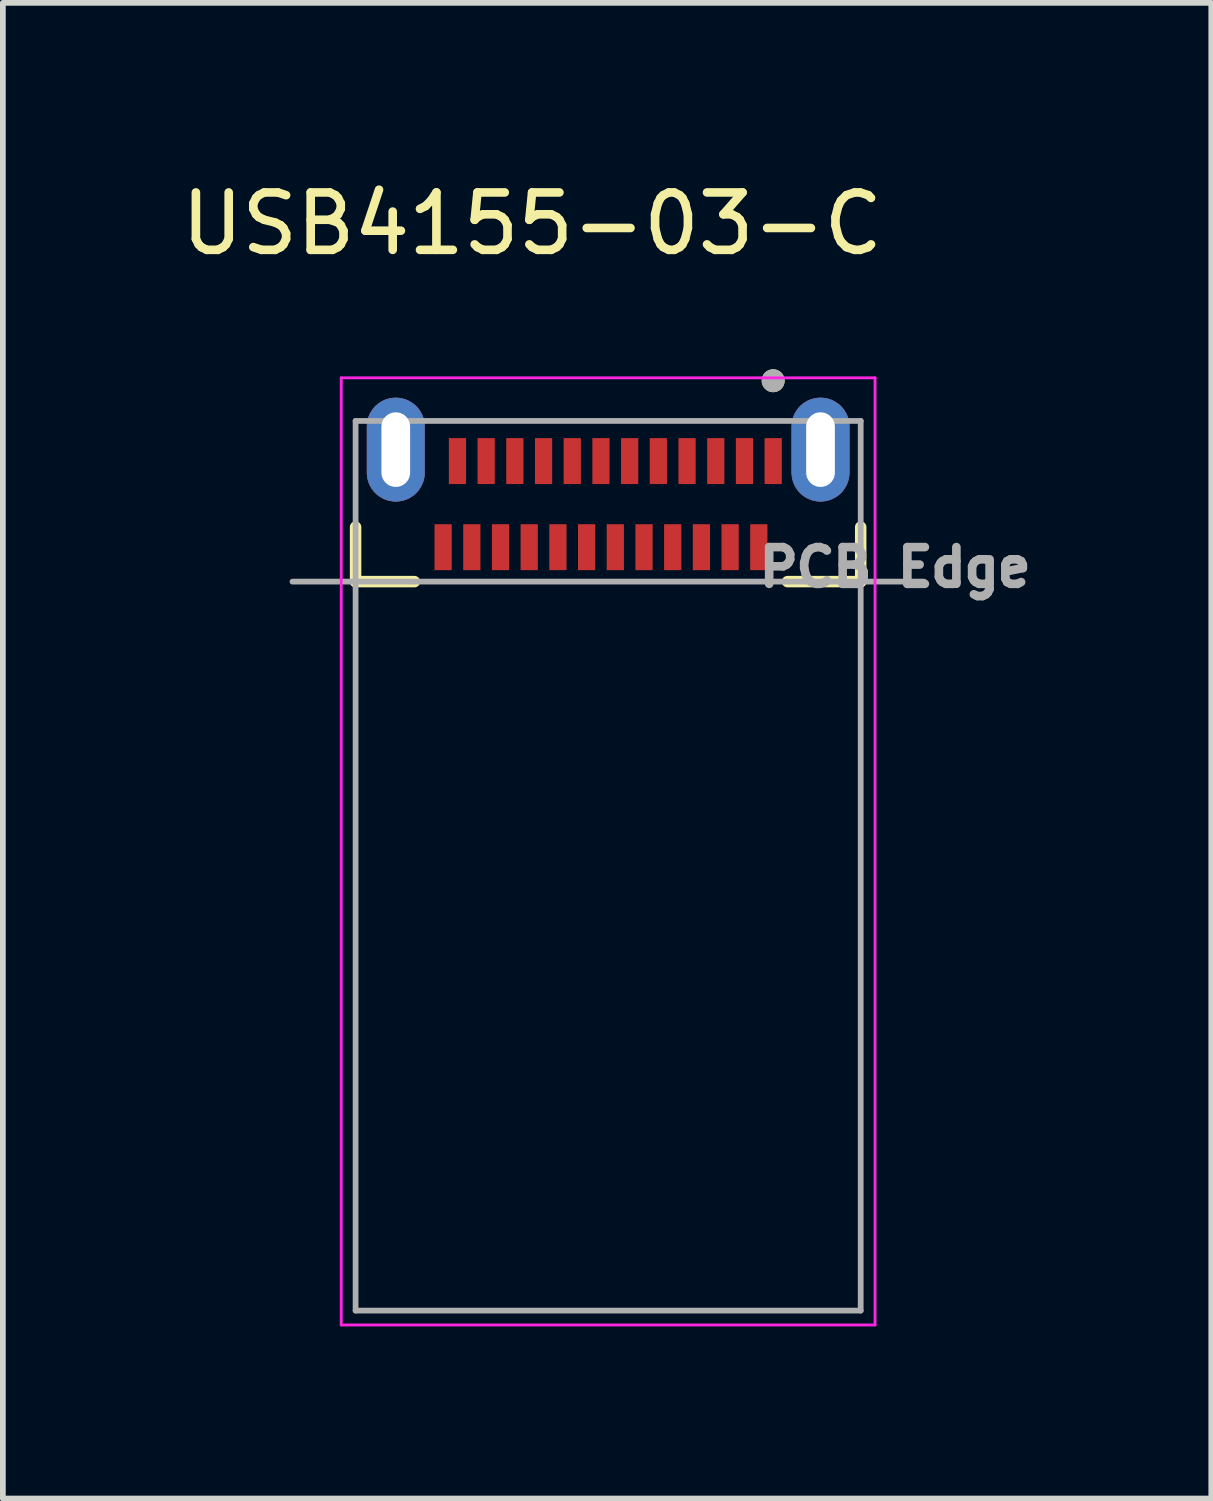
<source format=kicad_pcb>
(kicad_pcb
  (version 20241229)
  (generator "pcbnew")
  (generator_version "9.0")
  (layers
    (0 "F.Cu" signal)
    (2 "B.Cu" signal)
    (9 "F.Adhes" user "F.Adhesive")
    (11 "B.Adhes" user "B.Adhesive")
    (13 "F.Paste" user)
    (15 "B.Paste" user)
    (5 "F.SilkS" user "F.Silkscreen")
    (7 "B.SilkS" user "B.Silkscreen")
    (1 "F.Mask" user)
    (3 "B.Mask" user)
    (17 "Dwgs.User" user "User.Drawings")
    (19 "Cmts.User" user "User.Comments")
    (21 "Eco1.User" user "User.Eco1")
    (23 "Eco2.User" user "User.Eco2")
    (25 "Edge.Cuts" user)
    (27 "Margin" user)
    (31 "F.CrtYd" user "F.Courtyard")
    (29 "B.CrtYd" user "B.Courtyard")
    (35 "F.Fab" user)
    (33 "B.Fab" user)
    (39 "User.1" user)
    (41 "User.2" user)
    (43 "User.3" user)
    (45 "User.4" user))
  (footprint "USB4155-03-C"
    (layer "F.Cu")
    (at 7.545 5.733)
    (property "Reference" "USB4155-03-C" (at -1.325 -4.885 0) (layer "F.SilkS") (effects (font (size 1 1) (thickness 0.15))))
    (attr smd)
    (fp_poly (pts (xy -3.7 -1.85) (xy -3.726 -1.849) (xy -3.752 -1.847) (xy -3.778 -1.844) (xy -3.804 -1.839) (xy -3.829 -1.833) (xy -3.855 -1.826) (xy -3.879 -1.817) (xy -3.903 -1.807) (xy -3.927 -1.796) (xy -3.95 -1.783) (xy -3.972 -1.769) (xy -3.994 -1.755) (xy -4.015 -1.739) (xy -4.035 -1.722) (xy -4.054 -1.704) (xy -4.072 -1.685) (xy -4.089 -1.665) (xy -4.105 -1.644) (xy -4.119 -1.622) (xy -4.133 -1.6) (xy -4.146 -1.577) (xy -4.157 -1.553) (xy -4.167 -1.529) (xy -4.176 -1.505) (xy -4.183 -1.479) (xy -4.189 -1.454) (xy -4.194 -1.428) (xy -4.197 -1.402) (xy -4.199 -1.376) (xy -4.2 -1.35) (xy -4.2 -0.55) (xy -4.199 -0.524) (xy -4.197 -0.498) (xy -4.194 -0.472) (xy -4.189 -0.446) (xy -4.183 -0.421) (xy -4.176 -0.395) (xy -4.167 -0.371) (xy -4.157 -0.347) (xy -4.146 -0.323) (xy -4.133 -0.3) (xy -4.119 -0.278) (xy -4.105 -0.256) (xy -4.089 -0.235) (xy -4.072 -0.215) (xy -4.054 -0.196) (xy -4.035 -0.178) (xy -4.015 -0.161) (xy -3.994 -0.145) (xy -3.972 -0.131) (xy -3.95 -0.117) (xy -3.927 -0.104) (xy -3.903 -0.093) (xy -3.879 -0.083) (xy -3.855 -0.074) (xy -3.829 -0.067) (xy -3.804 -0.061) (xy -3.778 -0.056) (xy -3.752 -0.053) (xy -3.726 -0.051) (xy -3.7 -0.05) (xy -3.674 -0.051) (xy -3.648 -0.053) (xy -3.622 -0.056) (xy -3.596 -0.061) (xy -3.571 -0.067) (xy -3.545 -0.074) (xy -3.521 -0.083) (xy -3.497 -0.093) (xy -3.473 -0.104) (xy -3.45 -0.117) (xy -3.428 -0.131) (xy -3.406 -0.145) (xy -3.385 -0.161) (xy -3.365 -0.178) (xy -3.346 -0.196) (xy -3.328 -0.215) (xy -3.311 -0.235) (xy -3.295 -0.256) (xy -3.281 -0.278) (xy -3.267 -0.3) (xy -3.254 -0.323) (xy -3.243 -0.347) (xy -3.233 -0.371) (xy -3.224 -0.395) (xy -3.217 -0.421) (xy -3.211 -0.446) (xy -3.206 -0.472) (xy -3.203 -0.498) (xy -3.201 -0.524) (xy -3.2 -0.55) (xy -3.2 -1.35) (xy -3.201 -1.376) (xy -3.203 -1.402) (xy -3.206 -1.428) (xy -3.211 -1.454) (xy -3.217 -1.479) (xy -3.224 -1.505) (xy -3.233 -1.529) (xy -3.243 -1.553) (xy -3.254 -1.577) (xy -3.267 -1.6) (xy -3.281 -1.622) (xy -3.295 -1.644) (xy -3.311 -1.665) (xy -3.328 -1.685) (xy -3.346 -1.704) (xy -3.365 -1.722) (xy -3.385 -1.739) (xy -3.406 -1.755) (xy -3.428 -1.769) (xy -3.45 -1.783) (xy -3.473 -1.796) (xy -3.497 -1.807) (xy -3.521 -1.817) (xy -3.545 -1.826) (xy -3.571 -1.833) (xy -3.596 -1.839) (xy -3.622 -1.844) (xy -3.648 -1.847) (xy -3.674 -1.849) (xy -3.7 -1.85)) (stroke (width 0.01) (type solid)) (fill yes) (layer "F.Cu"))
    (fp_poly (pts (xy 3.7 -1.85) (xy 3.674 -1.849) (xy 3.648 -1.847) (xy 3.622 -1.844) (xy 3.596 -1.839) (xy 3.571 -1.833) (xy 3.545 -1.826) (xy 3.521 -1.817) (xy 3.497 -1.807) (xy 3.473 -1.796) (xy 3.45 -1.783) (xy 3.428 -1.769) (xy 3.406 -1.755) (xy 3.385 -1.739) (xy 3.365 -1.722) (xy 3.346 -1.704) (xy 3.328 -1.685) (xy 3.311 -1.665) (xy 3.295 -1.644) (xy 3.281 -1.622) (xy 3.267 -1.6) (xy 3.254 -1.577) (xy 3.243 -1.553) (xy 3.233 -1.529) (xy 3.224 -1.505) (xy 3.217 -1.479) (xy 3.211 -1.454) (xy 3.206 -1.428) (xy 3.203 -1.402) (xy 3.201 -1.376) (xy 3.2 -1.35) (xy 3.2 -0.55) (xy 3.201 -0.524) (xy 3.203 -0.498) (xy 3.206 -0.472) (xy 3.211 -0.446) (xy 3.217 -0.421) (xy 3.224 -0.395) (xy 3.233 -0.371) (xy 3.243 -0.347) (xy 3.254 -0.323) (xy 3.267 -0.3) (xy 3.281 -0.278) (xy 3.295 -0.256) (xy 3.311 -0.235) (xy 3.328 -0.215) (xy 3.346 -0.196) (xy 3.365 -0.178) (xy 3.385 -0.161) (xy 3.406 -0.145) (xy 3.428 -0.131) (xy 3.45 -0.117) (xy 3.473 -0.104) (xy 3.497 -0.093) (xy 3.521 -0.083) (xy 3.545 -0.074) (xy 3.571 -0.067) (xy 3.596 -0.061) (xy 3.622 -0.056) (xy 3.648 -0.053) (xy 3.674 -0.051) (xy 3.7 -0.05) (xy 3.726 -0.051) (xy 3.752 -0.053) (xy 3.778 -0.056) (xy 3.804 -0.061) (xy 3.829 -0.067) (xy 3.855 -0.074) (xy 3.879 -0.083) (xy 3.903 -0.093) (xy 3.927 -0.104) (xy 3.95 -0.117) (xy 3.972 -0.131) (xy 3.994 -0.145) (xy 4.015 -0.161) (xy 4.035 -0.178) (xy 4.054 -0.196) (xy 4.072 -0.215) (xy 4.089 -0.235) (xy 4.105 -0.256) (xy 4.119 -0.278) (xy 4.133 -0.3) (xy 4.146 -0.323) (xy 4.157 -0.347) (xy 4.167 -0.371) (xy 4.176 -0.395) (xy 4.183 -0.421) (xy 4.189 -0.446) (xy 4.194 -0.472) (xy 4.197 -0.498) (xy 4.199 -0.524) (xy 4.2 -0.55) (xy 4.2 -1.35) (xy 4.199 -1.376) (xy 4.197 -1.402) (xy 4.194 -1.428) (xy 4.189 -1.454) (xy 4.183 -1.479) (xy 4.176 -1.505) (xy 4.167 -1.529) (xy 4.157 -1.553) (xy 4.146 -1.577) (xy 4.133 -1.6) (xy 4.119 -1.622) (xy 4.105 -1.644) (xy 4.089 -1.665) (xy 4.072 -1.685) (xy 4.054 -1.704) (xy 4.035 -1.722) (xy 4.015 -1.739) (xy 3.994 -1.755) (xy 3.972 -1.769) (xy 3.95 -1.783) (xy 3.927 -1.796) (xy 3.903 -1.807) (xy 3.879 -1.817) (xy 3.855 -1.826) (xy 3.829 -1.833) (xy 3.804 -1.839) (xy 3.778 -1.844) (xy 3.752 -1.847) (xy 3.726 -1.849) (xy 3.7 -1.85)) (stroke (width 0.01) (type solid)) (fill yes) (layer "F.Cu"))
    (fp_poly (pts (xy -3.7 -1.95) (xy -3.731 -1.949) (xy -3.763 -1.947) (xy -3.794 -1.943) (xy -3.825 -1.937) (xy -3.855 -1.93) (xy -3.885 -1.921) (xy -3.915 -1.91) (xy -3.944 -1.898) (xy -3.972 -1.885) (xy -4 -1.87) (xy -4.027 -1.853) (xy -4.053 -1.835) (xy -4.078 -1.816) (xy -4.101 -1.796) (xy -4.124 -1.774) (xy -4.146 -1.751) (xy -4.166 -1.728) (xy -4.185 -1.703) (xy -4.203 -1.677) (xy -4.22 -1.65) (xy -4.235 -1.622) (xy -4.248 -1.594) (xy -4.26 -1.565) (xy -4.271 -1.535) (xy -4.28 -1.505) (xy -4.287 -1.475) (xy -4.293 -1.444) (xy -4.297 -1.413) (xy -4.299 -1.381) (xy -4.3 -1.35) (xy -4.3 -0.55) (xy -4.299 -0.519) (xy -4.297 -0.487) (xy -4.293 -0.456) (xy -4.287 -0.425) (xy -4.28 -0.395) (xy -4.271 -0.365) (xy -4.26 -0.335) (xy -4.248 -0.306) (xy -4.235 -0.278) (xy -4.22 -0.25) (xy -4.203 -0.223) (xy -4.185 -0.197) (xy -4.166 -0.172) (xy -4.146 -0.149) (xy -4.124 -0.126) (xy -4.101 -0.104) (xy -4.078 -0.084) (xy -4.053 -0.065) (xy -4.027 -0.047) (xy -4 -0.03) (xy -3.972 -0.015) (xy -3.944 -0.002) (xy -3.915 0.01) (xy -3.885 0.021) (xy -3.855 0.03) (xy -3.825 0.037) (xy -3.794 0.043) (xy -3.763 0.047) (xy -3.731 0.049) (xy -3.7 0.05) (xy -3.669 0.049) (xy -3.637 0.047) (xy -3.606 0.043) (xy -3.575 0.037) (xy -3.545 0.03) (xy -3.515 0.021) (xy -3.485 0.01) (xy -3.456 -0.002) (xy -3.428 -0.015) (xy -3.4 -0.03) (xy -3.373 -0.047) (xy -3.347 -0.065) (xy -3.322 -0.084) (xy -3.299 -0.104) (xy -3.276 -0.126) (xy -3.254 -0.149) (xy -3.234 -0.172) (xy -3.215 -0.197) (xy -3.197 -0.223) (xy -3.18 -0.25) (xy -3.165 -0.278) (xy -3.152 -0.306) (xy -3.14 -0.335) (xy -3.129 -0.365) (xy -3.12 -0.395) (xy -3.113 -0.425) (xy -3.107 -0.456) (xy -3.103 -0.487) (xy -3.101 -0.519) (xy -3.1 -0.55) (xy -3.1 -1.35) (xy -3.101 -1.381) (xy -3.103 -1.413) (xy -3.107 -1.444) (xy -3.113 -1.475) (xy -3.12 -1.505) (xy -3.129 -1.535) (xy -3.14 -1.565) (xy -3.152 -1.594) (xy -3.165 -1.622) (xy -3.18 -1.65) (xy -3.197 -1.677) (xy -3.215 -1.703) (xy -3.234 -1.728) (xy -3.254 -1.751) (xy -3.276 -1.774) (xy -3.299 -1.796) (xy -3.322 -1.816) (xy -3.347 -1.835) (xy -3.373 -1.853) (xy -3.4 -1.87) (xy -3.428 -1.885) (xy -3.456 -1.898) (xy -3.485 -1.91) (xy -3.515 -1.921) (xy -3.545 -1.93) (xy -3.575 -1.937) (xy -3.606 -1.943) (xy -3.637 -1.947) (xy -3.669 -1.949) (xy -3.7 -1.95)) (stroke (width 0.01) (type solid)) (fill yes) (layer "F.Mask"))
    (fp_poly (pts (xy 3.7 -1.95) (xy 3.669 -1.949) (xy 3.637 -1.947) (xy 3.606 -1.943) (xy 3.575 -1.937) (xy 3.545 -1.93) (xy 3.515 -1.921) (xy 3.485 -1.91) (xy 3.456 -1.898) (xy 3.428 -1.885) (xy 3.4 -1.87) (xy 3.373 -1.853) (xy 3.347 -1.835) (xy 3.322 -1.816) (xy 3.299 -1.796) (xy 3.276 -1.774) (xy 3.254 -1.751) (xy 3.234 -1.728) (xy 3.215 -1.703) (xy 3.197 -1.677) (xy 3.18 -1.65) (xy 3.165 -1.622) (xy 3.152 -1.594) (xy 3.14 -1.565) (xy 3.129 -1.535) (xy 3.12 -1.505) (xy 3.113 -1.475) (xy 3.107 -1.444) (xy 3.103 -1.413) (xy 3.101 -1.381) (xy 3.1 -1.35) (xy 3.1 -0.55) (xy 3.101 -0.519) (xy 3.103 -0.487) (xy 3.107 -0.456) (xy 3.113 -0.425) (xy 3.12 -0.395) (xy 3.129 -0.365) (xy 3.14 -0.335) (xy 3.152 -0.306) (xy 3.165 -0.278) (xy 3.18 -0.25) (xy 3.197 -0.223) (xy 3.215 -0.197) (xy 3.234 -0.172) (xy 3.254 -0.149) (xy 3.276 -0.126) (xy 3.299 -0.104) (xy 3.322 -0.084) (xy 3.347 -0.065) (xy 3.373 -0.047) (xy 3.4 -0.03) (xy 3.428 -0.015) (xy 3.456 -0.002) (xy 3.485 0.01) (xy 3.515 0.021) (xy 3.545 0.03) (xy 3.575 0.037) (xy 3.606 0.043) (xy 3.637 0.047) (xy 3.669 0.049) (xy 3.7 0.05) (xy 3.731 0.049) (xy 3.763 0.047) (xy 3.794 0.043) (xy 3.825 0.037) (xy 3.855 0.03) (xy 3.885 0.021) (xy 3.915 0.01) (xy 3.944 -0.002) (xy 3.972 -0.015) (xy 4 -0.03) (xy 4.027 -0.047) (xy 4.053 -0.065) (xy 4.078 -0.084) (xy 4.101 -0.104) (xy 4.124 -0.126) (xy 4.146 -0.149) (xy 4.166 -0.172) (xy 4.185 -0.197) (xy 4.203 -0.223) (xy 4.22 -0.25) (xy 4.235 -0.278) (xy 4.248 -0.306) (xy 4.26 -0.335) (xy 4.271 -0.365) (xy 4.28 -0.395) (xy 4.287 -0.425) (xy 4.293 -0.456) (xy 4.297 -0.487) (xy 4.299 -0.519) (xy 4.3 -0.55) (xy 4.3 -1.35) (xy 4.299 -1.381) (xy 4.297 -1.413) (xy 4.293 -1.444) (xy 4.287 -1.475) (xy 4.28 -1.505) (xy 4.271 -1.535) (xy 4.26 -1.565) (xy 4.248 -1.594) (xy 4.235 -1.622) (xy 4.22 -1.65) (xy 4.203 -1.677) (xy 4.185 -1.703) (xy 4.166 -1.728) (xy 4.146 -1.751) (xy 4.124 -1.774) (xy 4.101 -1.796) (xy 4.078 -1.816) (xy 4.053 -1.835) (xy 4.027 -1.853) (xy 4 -1.87) (xy 3.972 -1.885) (xy 3.944 -1.898) (xy 3.915 -1.91) (xy 3.885 -1.921) (xy 3.855 -1.93) (xy 3.825 -1.937) (xy 3.794 -1.943) (xy 3.763 -1.947) (xy 3.731 -1.949) (xy 3.7 -1.95)) (stroke (width 0.01) (type solid)) (fill yes) (layer "F.Mask"))
    (fp_poly (pts (xy -3.7 -1.85) (xy -3.726 -1.849) (xy -3.752 -1.847) (xy -3.778 -1.844) (xy -3.804 -1.839) (xy -3.829 -1.833) (xy -3.855 -1.826) (xy -3.879 -1.817) (xy -3.903 -1.807) (xy -3.927 -1.796) (xy -3.95 -1.783) (xy -3.972 -1.769) (xy -3.994 -1.755) (xy -4.015 -1.739) (xy -4.035 -1.722) (xy -4.054 -1.704) (xy -4.072 -1.685) (xy -4.089 -1.665) (xy -4.105 -1.644) (xy -4.119 -1.622) (xy -4.133 -1.6) (xy -4.146 -1.577) (xy -4.157 -1.553) (xy -4.167 -1.529) (xy -4.176 -1.505) (xy -4.183 -1.479) (xy -4.189 -1.454) (xy -4.194 -1.428) (xy -4.197 -1.402) (xy -4.199 -1.376) (xy -4.2 -1.35) (xy -4.2 -0.55) (xy -4.199 -0.524) (xy -4.197 -0.498) (xy -4.194 -0.472) (xy -4.189 -0.446) (xy -4.183 -0.421) (xy -4.176 -0.395) (xy -4.167 -0.371) (xy -4.157 -0.347) (xy -4.146 -0.323) (xy -4.133 -0.3) (xy -4.119 -0.278) (xy -4.105 -0.256) (xy -4.089 -0.235) (xy -4.072 -0.215) (xy -4.054 -0.196) (xy -4.035 -0.178) (xy -4.015 -0.161) (xy -3.994 -0.145) (xy -3.972 -0.131) (xy -3.95 -0.117) (xy -3.927 -0.104) (xy -3.903 -0.093) (xy -3.879 -0.083) (xy -3.855 -0.074) (xy -3.829 -0.067) (xy -3.804 -0.061) (xy -3.778 -0.056) (xy -3.752 -0.053) (xy -3.726 -0.051) (xy -3.7 -0.05) (xy -3.674 -0.051) (xy -3.648 -0.053) (xy -3.622 -0.056) (xy -3.596 -0.061) (xy -3.571 -0.067) (xy -3.545 -0.074) (xy -3.521 -0.083) (xy -3.497 -0.093) (xy -3.473 -0.104) (xy -3.45 -0.117) (xy -3.428 -0.131) (xy -3.406 -0.145) (xy -3.385 -0.161) (xy -3.365 -0.178) (xy -3.346 -0.196) (xy -3.328 -0.215) (xy -3.311 -0.235) (xy -3.295 -0.256) (xy -3.281 -0.278) (xy -3.267 -0.3) (xy -3.254 -0.323) (xy -3.243 -0.347) (xy -3.233 -0.371) (xy -3.224 -0.395) (xy -3.217 -0.421) (xy -3.211 -0.446) (xy -3.206 -0.472) (xy -3.203 -0.498) (xy -3.201 -0.524) (xy -3.2 -0.55) (xy -3.2 -1.35) (xy -3.201 -1.376) (xy -3.203 -1.402) (xy -3.206 -1.428) (xy -3.211 -1.454) (xy -3.217 -1.479) (xy -3.224 -1.505) (xy -3.233 -1.529) (xy -3.243 -1.553) (xy -3.254 -1.577) (xy -3.267 -1.6) (xy -3.281 -1.622) (xy -3.295 -1.644) (xy -3.311 -1.665) (xy -3.328 -1.685) (xy -3.346 -1.704) (xy -3.365 -1.722) (xy -3.385 -1.739) (xy -3.406 -1.755) (xy -3.428 -1.769) (xy -3.45 -1.783) (xy -3.473 -1.796) (xy -3.497 -1.807) (xy -3.521 -1.817) (xy -3.545 -1.826) (xy -3.571 -1.833) (xy -3.596 -1.839) (xy -3.622 -1.844) (xy -3.648 -1.847) (xy -3.674 -1.849) (xy -3.7 -1.85)) (stroke (width 0.01) (type solid)) (fill yes) (layer "B.Cu"))
    (fp_poly (pts (xy 3.7 -1.85) (xy 3.674 -1.849) (xy 3.648 -1.847) (xy 3.622 -1.844) (xy 3.596 -1.839) (xy 3.571 -1.833) (xy 3.545 -1.826) (xy 3.521 -1.817) (xy 3.497 -1.807) (xy 3.473 -1.796) (xy 3.45 -1.783) (xy 3.428 -1.769) (xy 3.406 -1.755) (xy 3.385 -1.739) (xy 3.365 -1.722) (xy 3.346 -1.704) (xy 3.328 -1.685) (xy 3.311 -1.665) (xy 3.295 -1.644) (xy 3.281 -1.622) (xy 3.267 -1.6) (xy 3.254 -1.577) (xy 3.243 -1.553) (xy 3.233 -1.529) (xy 3.224 -1.505) (xy 3.217 -1.479) (xy 3.211 -1.454) (xy 3.206 -1.428) (xy 3.203 -1.402) (xy 3.201 -1.376) (xy 3.2 -1.35) (xy 3.2 -0.55) (xy 3.201 -0.524) (xy 3.203 -0.498) (xy 3.206 -0.472) (xy 3.211 -0.446) (xy 3.217 -0.421) (xy 3.224 -0.395) (xy 3.233 -0.371) (xy 3.243 -0.347) (xy 3.254 -0.323) (xy 3.267 -0.3) (xy 3.281 -0.278) (xy 3.295 -0.256) (xy 3.311 -0.235) (xy 3.328 -0.215) (xy 3.346 -0.196) (xy 3.365 -0.178) (xy 3.385 -0.161) (xy 3.406 -0.145) (xy 3.428 -0.131) (xy 3.45 -0.117) (xy 3.473 -0.104) (xy 3.497 -0.093) (xy 3.521 -0.083) (xy 3.545 -0.074) (xy 3.571 -0.067) (xy 3.596 -0.061) (xy 3.622 -0.056) (xy 3.648 -0.053) (xy 3.674 -0.051) (xy 3.7 -0.05) (xy 3.726 -0.051) (xy 3.752 -0.053) (xy 3.778 -0.056) (xy 3.804 -0.061) (xy 3.829 -0.067) (xy 3.855 -0.074) (xy 3.879 -0.083) (xy 3.903 -0.093) (xy 3.927 -0.104) (xy 3.95 -0.117) (xy 3.972 -0.131) (xy 3.994 -0.145) (xy 4.015 -0.161) (xy 4.035 -0.178) (xy 4.054 -0.196) (xy 4.072 -0.215) (xy 4.089 -0.235) (xy 4.105 -0.256) (xy 4.119 -0.278) (xy 4.133 -0.3) (xy 4.146 -0.323) (xy 4.157 -0.347) (xy 4.167 -0.371) (xy 4.176 -0.395) (xy 4.183 -0.421) (xy 4.189 -0.446) (xy 4.194 -0.472) (xy 4.197 -0.498) (xy 4.199 -0.524) (xy 4.2 -0.55) (xy 4.2 -1.35) (xy 4.199 -1.376) (xy 4.197 -1.402) (xy 4.194 -1.428) (xy 4.189 -1.454) (xy 4.183 -1.479) (xy 4.176 -1.505) (xy 4.167 -1.529) (xy 4.157 -1.553) (xy 4.146 -1.577) (xy 4.133 -1.6) (xy 4.119 -1.622) (xy 4.105 -1.644) (xy 4.089 -1.665) (xy 4.072 -1.685) (xy 4.054 -1.704) (xy 4.035 -1.722) (xy 4.015 -1.739) (xy 3.994 -1.755) (xy 3.972 -1.769) (xy 3.95 -1.783) (xy 3.927 -1.796) (xy 3.903 -1.807) (xy 3.879 -1.817) (xy 3.855 -1.826) (xy 3.829 -1.833) (xy 3.804 -1.839) (xy 3.778 -1.844) (xy 3.752 -1.847) (xy 3.726 -1.849) (xy 3.7 -1.85)) (stroke (width 0.01) (type solid)) (fill yes) (layer "B.Cu"))
    (fp_poly (pts (xy -3.7 -1.95) (xy -3.731 -1.949) (xy -3.763 -1.947) (xy -3.794 -1.943) (xy -3.825 -1.937) (xy -3.855 -1.93) (xy -3.885 -1.921) (xy -3.915 -1.91) (xy -3.944 -1.898) (xy -3.972 -1.885) (xy -4 -1.87) (xy -4.027 -1.853) (xy -4.053 -1.835) (xy -4.078 -1.816) (xy -4.101 -1.796) (xy -4.124 -1.774) (xy -4.146 -1.751) (xy -4.166 -1.728) (xy -4.185 -1.703) (xy -4.203 -1.677) (xy -4.22 -1.65) (xy -4.235 -1.622) (xy -4.248 -1.594) (xy -4.26 -1.565) (xy -4.271 -1.535) (xy -4.28 -1.505) (xy -4.287 -1.475) (xy -4.293 -1.444) (xy -4.297 -1.413) (xy -4.299 -1.381) (xy -4.3 -1.35) (xy -4.3 -0.55) (xy -4.299 -0.519) (xy -4.297 -0.487) (xy -4.293 -0.456) (xy -4.287 -0.425) (xy -4.28 -0.395) (xy -4.271 -0.365) (xy -4.26 -0.335) (xy -4.248 -0.306) (xy -4.235 -0.278) (xy -4.22 -0.25) (xy -4.203 -0.223) (xy -4.185 -0.197) (xy -4.166 -0.172) (xy -4.146 -0.149) (xy -4.124 -0.126) (xy -4.101 -0.104) (xy -4.078 -0.084) (xy -4.053 -0.065) (xy -4.027 -0.047) (xy -4 -0.03) (xy -3.972 -0.015) (xy -3.944 -0.002) (xy -3.915 0.01) (xy -3.885 0.021) (xy -3.855 0.03) (xy -3.825 0.037) (xy -3.794 0.043) (xy -3.763 0.047) (xy -3.731 0.049) (xy -3.7 0.05) (xy -3.669 0.049) (xy -3.637 0.047) (xy -3.606 0.043) (xy -3.575 0.037) (xy -3.545 0.03) (xy -3.515 0.021) (xy -3.485 0.01) (xy -3.456 -0.002) (xy -3.428 -0.015) (xy -3.4 -0.03) (xy -3.373 -0.047) (xy -3.347 -0.065) (xy -3.322 -0.084) (xy -3.299 -0.104) (xy -3.276 -0.126) (xy -3.254 -0.149) (xy -3.234 -0.172) (xy -3.215 -0.197) (xy -3.197 -0.223) (xy -3.18 -0.25) (xy -3.165 -0.278) (xy -3.152 -0.306) (xy -3.14 -0.335) (xy -3.129 -0.365) (xy -3.12 -0.395) (xy -3.113 -0.425) (xy -3.107 -0.456) (xy -3.103 -0.487) (xy -3.101 -0.519) (xy -3.1 -0.55) (xy -3.1 -1.35) (xy -3.101 -1.381) (xy -3.103 -1.413) (xy -3.107 -1.444) (xy -3.113 -1.475) (xy -3.12 -1.505) (xy -3.129 -1.535) (xy -3.14 -1.565) (xy -3.152 -1.594) (xy -3.165 -1.622) (xy -3.18 -1.65) (xy -3.197 -1.677) (xy -3.215 -1.703) (xy -3.234 -1.728) (xy -3.254 -1.751) (xy -3.276 -1.774) (xy -3.299 -1.796) (xy -3.322 -1.816) (xy -3.347 -1.835) (xy -3.373 -1.853) (xy -3.4 -1.87) (xy -3.428 -1.885) (xy -3.456 -1.898) (xy -3.485 -1.91) (xy -3.515 -1.921) (xy -3.545 -1.93) (xy -3.575 -1.937) (xy -3.606 -1.943) (xy -3.637 -1.947) (xy -3.669 -1.949) (xy -3.7 -1.95)) (stroke (width 0.01) (type solid)) (fill yes) (layer "B.Mask"))
    (fp_poly (pts (xy 3.7 -1.95) (xy 3.669 -1.949) (xy 3.637 -1.947) (xy 3.606 -1.943) (xy 3.575 -1.937) (xy 3.545 -1.93) (xy 3.515 -1.921) (xy 3.485 -1.91) (xy 3.456 -1.898) (xy 3.428 -1.885) (xy 3.4 -1.87) (xy 3.373 -1.853) (xy 3.347 -1.835) (xy 3.322 -1.816) (xy 3.299 -1.796) (xy 3.276 -1.774) (xy 3.254 -1.751) (xy 3.234 -1.728) (xy 3.215 -1.703) (xy 3.197 -1.677) (xy 3.18 -1.65) (xy 3.165 -1.622) (xy 3.152 -1.594) (xy 3.14 -1.565) (xy 3.129 -1.535) (xy 3.12 -1.505) (xy 3.113 -1.475) (xy 3.107 -1.444) (xy 3.103 -1.413) (xy 3.101 -1.381) (xy 3.1 -1.35) (xy 3.1 -0.55) (xy 3.101 -0.519) (xy 3.103 -0.487) (xy 3.107 -0.456) (xy 3.113 -0.425) (xy 3.12 -0.395) (xy 3.129 -0.365) (xy 3.14 -0.335) (xy 3.152 -0.306) (xy 3.165 -0.278) (xy 3.18 -0.25) (xy 3.197 -0.223) (xy 3.215 -0.197) (xy 3.234 -0.172) (xy 3.254 -0.149) (xy 3.276 -0.126) (xy 3.299 -0.104) (xy 3.322 -0.084) (xy 3.347 -0.065) (xy 3.373 -0.047) (xy 3.4 -0.03) (xy 3.428 -0.015) (xy 3.456 -0.002) (xy 3.485 0.01) (xy 3.515 0.021) (xy 3.545 0.03) (xy 3.575 0.037) (xy 3.606 0.043) (xy 3.637 0.047) (xy 3.669 0.049) (xy 3.7 0.05) (xy 3.731 0.049) (xy 3.763 0.047) (xy 3.794 0.043) (xy 3.825 0.037) (xy 3.855 0.03) (xy 3.885 0.021) (xy 3.915 0.01) (xy 3.944 -0.002) (xy 3.972 -0.015) (xy 4 -0.03) (xy 4.027 -0.047) (xy 4.053 -0.065) (xy 4.078 -0.084) (xy 4.101 -0.104) (xy 4.124 -0.126) (xy 4.146 -0.149) (xy 4.166 -0.172) (xy 4.185 -0.197) (xy 4.203 -0.223) (xy 4.22 -0.25) (xy 4.235 -0.278) (xy 4.248 -0.306) (xy 4.26 -0.335) (xy 4.271 -0.365) (xy 4.28 -0.395) (xy 4.287 -0.425) (xy 4.293 -0.456) (xy 4.297 -0.487) (xy 4.299 -0.519) (xy 4.3 -0.55) (xy 4.3 -1.35) (xy 4.299 -1.381) (xy 4.297 -1.413) (xy 4.293 -1.444) (xy 4.287 -1.475) (xy 4.28 -1.505) (xy 4.271 -1.535) (xy 4.26 -1.565) (xy 4.248 -1.594) (xy 4.235 -1.622) (xy 4.22 -1.65) (xy 4.203 -1.677) (xy 4.185 -1.703) (xy 4.166 -1.728) (xy 4.146 -1.751) (xy 4.124 -1.774) (xy 4.101 -1.796) (xy 4.078 -1.816) (xy 4.053 -1.835) (xy 4.027 -1.853) (xy 4 -1.87) (xy 3.972 -1.885) (xy 3.944 -1.898) (xy 3.915 -1.91) (xy 3.885 -1.921) (xy 3.855 -1.93) (xy 3.825 -1.937) (xy 3.794 -1.943) (xy 3.763 -1.947) (xy 3.731 -1.949) (xy 3.7 -1.95)) (stroke (width 0.01) (type solid)) (fill yes) (layer "B.Mask"))
    (fp_line (start -4.4 1.35) (end -4.4 0.4) (stroke (width 0.2) (type solid)) (layer "F.SilkS"))
    (fp_line (start -4.4 1.35) (end -3.375 1.35) (stroke (width 0.2) (type solid)) (layer "F.SilkS"))
    (fp_line (start 3.125 1.35) (end 4.4 1.35) (stroke (width 0.2) (type solid)) (layer "F.SilkS"))
    (fp_line (start 4.4 1.35) (end 4.4 0.4) (stroke (width 0.2) (type solid)) (layer "F.SilkS"))
    (fp_circle (center 2.875 -2.15) (end 2.975 -2.15) (stroke (width 0.2) (type solid)) (fill no) (layer "F.SilkS"))
    (fp_line (start -4.65 -2.2) (end 4.65 -2.2) (stroke (width 0.05) (type solid)) (layer "F.CrtYd"))
    (fp_line (start -4.65 14.3) (end -4.65 -2.2) (stroke (width 0.05) (type solid)) (layer "F.CrtYd"))
    (fp_line (start -4.65 14.3) (end 4.65 14.3) (stroke (width 0.05) (type solid)) (layer "F.CrtYd"))
    (fp_line (start 4.65 14.3) (end 4.65 -2.2) (stroke (width 0.05) (type solid)) (layer "F.CrtYd"))
    (fp_line (start -5.5 1.35) (end 5.5 1.35) (stroke (width 0.1) (type solid)) (layer "F.Fab"))
    (fp_line (start -4.4 -1.45) (end 4.4 -1.45) (stroke (width 0.1) (type solid)) (layer "F.Fab"))
    (fp_line (start -4.4 14.05) (end -4.4 -1.45) (stroke (width 0.1) (type solid)) (layer "F.Fab"))
    (fp_line (start -4.4 14.05) (end 4.4 14.05) (stroke (width 0.1) (type solid)) (layer "F.Fab"))
    (fp_line (start 4.4 14.05) (end 4.4 -1.45) (stroke (width 0.1) (type solid)) (layer "F.Fab"))
    (fp_circle (center 2.875 -2.15) (end 2.975 -2.15) (stroke (width 0.2) (type solid)) (fill no) (layer "F.Fab"))
    (fp_text user "PCB Edge" (at 5 1.1 0) (layer "F.Fab") (effects (font (size 0.64 0.64) (thickness 0.15))))
    (pad "A1" smd rect (at 2.875 -0.75) (size 0.3 0.8) (layers "F.Cu" "F.Mask" "F.Paste"))
    (pad "A2" smd rect (at 2.375 -0.75) (size 0.3 0.8) (layers "F.Cu" "F.Mask" "F.Paste"))
    (pad "A3" smd rect (at 1.875 -0.75) (size 0.3 0.8) (layers "F.Cu" "F.Mask" "F.Paste"))
    (pad "A4" smd rect (at 1.375 -0.75) (size 0.3 0.8) (layers "F.Cu" "F.Mask" "F.Paste"))
    (pad "A5" smd rect (at 0.875 -0.75) (size 0.3 0.8) (layers "F.Cu" "F.Mask" "F.Paste"))
    (pad "A6" smd rect (at 0.375 -0.75) (size 0.3 0.8) (layers "F.Cu" "F.Mask" "F.Paste"))
    (pad "A7" smd rect (at -0.125 -0.75) (size 0.3 0.8) (layers "F.Cu" "F.Mask" "F.Paste"))
    (pad "A8" smd rect (at -0.625 -0.75) (size 0.3 0.8) (layers "F.Cu" "F.Mask" "F.Paste"))
    (pad "A9" smd rect (at -1.125 -0.75) (size 0.3 0.8) (layers "F.Cu" "F.Mask" "F.Paste"))
    (pad "A10" smd rect (at -1.625 -0.75) (size 0.3 0.8) (layers "F.Cu" "F.Mask" "F.Paste"))
    (pad "A11" smd rect (at -2.125 -0.75) (size 0.3 0.8) (layers "F.Cu" "F.Mask" "F.Paste"))
    (pad "A12" smd rect (at -2.625 -0.75) (size 0.3 0.8) (layers "F.Cu" "F.Mask" "F.Paste"))
    (pad "B1" smd rect (at -2.875 0.75) (size 0.3 0.8) (layers "F.Cu" "F.Mask" "F.Paste"))
    (pad "B2" smd rect (at -2.375 0.75) (size 0.3 0.8) (layers "F.Cu" "F.Mask" "F.Paste"))
    (pad "B3" smd rect (at -1.875 0.75) (size 0.3 0.8) (layers "F.Cu" "F.Mask" "F.Paste"))
    (pad "B4" smd rect (at -1.375 0.75) (size 0.3 0.8) (layers "F.Cu" "F.Mask" "F.Paste"))
    (pad "B5" smd rect (at -0.875 0.75) (size 0.3 0.8) (layers "F.Cu" "F.Mask" "F.Paste"))
    (pad "B6" smd rect (at -0.375 0.75) (size 0.3 0.8) (layers "F.Cu" "F.Mask" "F.Paste"))
    (pad "B7" smd rect (at 0.125 0.75) (size 0.3 0.8) (layers "F.Cu" "F.Mask" "F.Paste"))
    (pad "B8" smd rect (at 0.625 0.75) (size 0.3 0.8) (layers "F.Cu" "F.Mask" "F.Paste"))
    (pad "B9" smd rect (at 1.125 0.75) (size 0.3 0.8) (layers "F.Cu" "F.Mask" "F.Paste"))
    (pad "B10" smd rect (at 1.625 0.75) (size 0.3 0.8) (layers "F.Cu" "F.Mask" "F.Paste"))
    (pad "B11" smd rect (at 2.125 0.75) (size 0.3 0.8) (layers "F.Cu" "F.Mask" "F.Paste"))
    (pad "B12" smd rect (at 2.625 0.75) (size 0.3 0.8) (layers "F.Cu" "F.Mask" "F.Paste"))
    (pad "S1" thru_hole oval (at -3.7 -0.95) (size 0.8 1.6) (drill oval 0.5 1.3) (layers "*.Cu"))
    (pad "S2" thru_hole oval (at 3.7 -0.95) (size 0.8 1.6) (drill oval 0.5 1.3) (layers "*.Cu")))
  (gr_rect
    (start -3 -3)
    (end 18.053 23.058)
    (stroke (width 0.1) (type default))
    (fill no)
    (layer "Edge.Cuts")))
</source>
